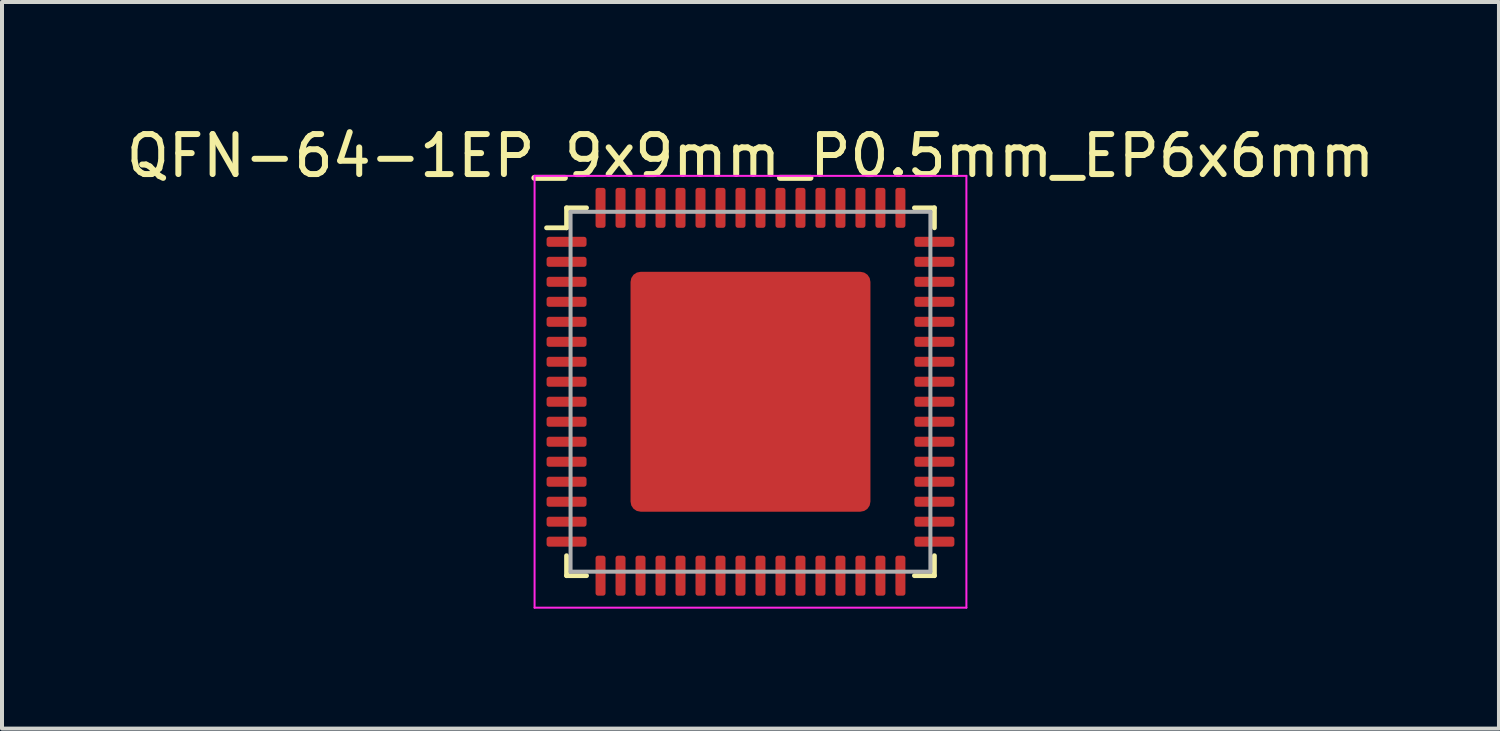
<source format=kicad_pcb>
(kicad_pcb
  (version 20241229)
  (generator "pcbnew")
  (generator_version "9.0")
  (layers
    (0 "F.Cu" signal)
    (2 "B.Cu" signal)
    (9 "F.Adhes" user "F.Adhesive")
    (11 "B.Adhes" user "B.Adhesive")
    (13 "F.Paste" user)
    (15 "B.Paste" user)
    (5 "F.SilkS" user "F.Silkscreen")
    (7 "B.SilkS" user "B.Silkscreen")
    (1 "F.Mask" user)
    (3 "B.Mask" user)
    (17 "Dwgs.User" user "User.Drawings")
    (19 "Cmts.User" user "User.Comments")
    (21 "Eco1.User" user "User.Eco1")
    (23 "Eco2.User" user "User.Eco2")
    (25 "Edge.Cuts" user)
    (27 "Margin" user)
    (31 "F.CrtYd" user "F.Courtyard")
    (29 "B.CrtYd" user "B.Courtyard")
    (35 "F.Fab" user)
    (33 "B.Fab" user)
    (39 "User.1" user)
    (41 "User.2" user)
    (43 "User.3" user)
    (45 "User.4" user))
  (footprint "QFN-64-1EP_9x9mm_P0.5mm_EP6x6mm"
    (layer "F.Cu")
    (at 15.72 6.748)
    (property "Reference" "QFN-64-1EP_9x9mm_P0.5mm_EP6x6mm" (at 0 -5.9 0) (layer "F.SilkS") (effects (font (size 1 1) (thickness 0.15))))
    (attr smd)
    (fp_line (start -5.1 -4.1) (end -4.6 -4.1) (stroke (width 0.12) (type solid)) (layer "F.SilkS"))
    (fp_line (start -4.6 -4.1) (end -4.6 -4.6) (stroke (width 0.12) (type solid)) (layer "F.SilkS"))
    (fp_line (start -4.6 4.6) (end -4.6 4.1) (stroke (width 0.12) (type solid)) (layer "F.SilkS"))
    (fp_line (start -4.1 -4.6) (end -4.6 -4.6) (stroke (width 0.12) (type solid)) (layer "F.SilkS"))
    (fp_line (start -4.1 4.6) (end -4.6 4.6) (stroke (width 0.12) (type solid)) (layer "F.SilkS"))
    (fp_line (start 4.1 -4.6) (end 4.6 -4.6) (stroke (width 0.12) (type solid)) (layer "F.SilkS"))
    (fp_line (start 4.1 4.6) (end 4.6 4.6) (stroke (width 0.12) (type solid)) (layer "F.SilkS"))
    (fp_line (start 4.6 -4.6) (end 4.6 -4.1) (stroke (width 0.12) (type solid)) (layer "F.SilkS"))
    (fp_line (start 4.6 4.6) (end 4.6 4.1) (stroke (width 0.12) (type solid)) (layer "F.SilkS"))
    (fp_line (start -5.4 -5.4) (end -5.4 5.4) (stroke (width 0.05) (type solid)) (layer "F.CrtYd"))
    (fp_line (start -5.4 5.4) (end 5.4 5.4) (stroke (width 0.05) (type solid)) (layer "F.CrtYd"))
    (fp_line (start 5.4 -5.4) (end -5.4 -5.4) (stroke (width 0.05) (type solid)) (layer "F.CrtYd"))
    (fp_line (start 5.4 5.4) (end 5.4 -5.4) (stroke (width 0.05) (type solid)) (layer "F.CrtYd"))
    (fp_line (start -4.5 -4.5) (end 4.5 -4.5) (stroke (width 0.1) (type solid)) (layer "F.Fab"))
    (fp_line (start -4.5 4.5) (end -4.5 -4.5) (stroke (width 0.1) (type solid)) (layer "F.Fab"))
    (fp_line (start 4.5 -4.5) (end 4.5 4.5) (stroke (width 0.1) (type solid)) (layer "F.Fab"))
    (fp_line (start 4.5 4.5) (end -4.5 4.5) (stroke (width 0.1) (type solid)) (layer "F.Fab"))
    (pad "" smd roundrect (at -2.5 -2.5) (size 1.01 1.01) (layers "F.Paste") (roundrect_rratio 0.248))
    (pad "" smd roundrect (at -2.5 -1.25) (size 1.01 1.01) (layers "F.Paste") (roundrect_rratio 0.248))
    (pad "" smd roundrect (at -2.5 0) (size 1.01 1.01) (layers "F.Paste") (roundrect_rratio 0.248))
    (pad "" smd roundrect (at -2.5 1.25) (size 1.01 1.01) (layers "F.Paste") (roundrect_rratio 0.248))
    (pad "" smd roundrect (at -2.5 2.5) (size 1.01 1.01) (layers "F.Paste") (roundrect_rratio 0.248))
    (pad "" smd roundrect (at -1.25 -2.5) (size 1.01 1.01) (layers "F.Paste") (roundrect_rratio 0.248))
    (pad "" smd roundrect (at -1.25 -1.25) (size 1.01 1.01) (layers "F.Paste") (roundrect_rratio 0.248))
    (pad "" smd roundrect (at -1.25 0) (size 1.01 1.01) (layers "F.Paste") (roundrect_rratio 0.248))
    (pad "" smd roundrect (at -1.25 1.25) (size 1.01 1.01) (layers "F.Paste") (roundrect_rratio 0.248))
    (pad "" smd roundrect (at -1.25 2.5) (size 1.01 1.01) (layers "F.Paste") (roundrect_rratio 0.248))
    (pad "" smd roundrect (at 0 -2.5) (size 1.01 1.01) (layers "F.Paste") (roundrect_rratio 0.248))
    (pad "" smd roundrect (at 0 -1.25) (size 1.01 1.01) (layers "F.Paste") (roundrect_rratio 0.248))
    (pad "" smd roundrect (at 0 0) (size 1.01 1.01) (layers "F.Paste") (roundrect_rratio 0.248))
    (pad "" smd roundrect (at 0 1.25) (size 1.01 1.01) (layers "F.Paste") (roundrect_rratio 0.248))
    (pad "" smd roundrect (at 0 2.5) (size 1.01 1.01) (layers "F.Paste") (roundrect_rratio 0.248))
    (pad "" smd roundrect (at 1.25 -2.5) (size 1.01 1.01) (layers "F.Paste") (roundrect_rratio 0.248))
    (pad "" smd roundrect (at 1.25 -1.25) (size 1.01 1.01) (layers "F.Paste") (roundrect_rratio 0.248))
    (pad "" smd roundrect (at 1.25 0) (size 1.01 1.01) (layers "F.Paste") (roundrect_rratio 0.248))
    (pad "" smd roundrect (at 1.25 1.25) (size 1.01 1.01) (layers "F.Paste") (roundrect_rratio 0.248))
    (pad "" smd roundrect (at 1.25 2.5) (size 1.01 1.01) (layers "F.Paste") (roundrect_rratio 0.248))
    (pad "" smd roundrect (at 2.5 -2.5) (size 1.01 1.01) (layers "F.Paste") (roundrect_rratio 0.248))
    (pad "" smd roundrect (at 2.5 -1.25) (size 1.01 1.01) (layers "F.Paste") (roundrect_rratio 0.248))
    (pad "" smd roundrect (at 2.5 0) (size 1.01 1.01) (layers "F.Paste") (roundrect_rratio 0.248))
    (pad "" smd roundrect (at 2.5 1.25) (size 1.01 1.01) (layers "F.Paste") (roundrect_rratio 0.248))
    (pad "" smd roundrect (at 2.5 2.5) (size 1.01 1.01) (layers "F.Paste") (roundrect_rratio 0.248))
    (pad "1" smd roundrect (at -4.6 -3.75) (size 1 0.25) (layers "F.Cu" "F.Mask" "F.Paste") (roundrect_rratio 0.25))
    (pad "2" smd roundrect (at -4.6 -3.25) (size 1 0.25) (layers "F.Cu" "F.Mask" "F.Paste") (roundrect_rratio 0.25))
    (pad "3" smd roundrect (at -4.6 -2.75) (size 1 0.25) (layers "F.Cu" "F.Mask" "F.Paste") (roundrect_rratio 0.25))
    (pad "4" smd roundrect (at -4.6 -2.25) (size 1 0.25) (layers "F.Cu" "F.Mask" "F.Paste") (roundrect_rratio 0.25))
    (pad "5" smd roundrect (at -4.6 -1.75) (size 1 0.25) (layers "F.Cu" "F.Mask" "F.Paste") (roundrect_rratio 0.25))
    (pad "6" smd roundrect (at -4.6 -1.25) (size 1 0.25) (layers "F.Cu" "F.Mask" "F.Paste") (roundrect_rratio 0.25))
    (pad "7" smd roundrect (at -4.6 -0.75) (size 1 0.25) (layers "F.Cu" "F.Mask" "F.Paste") (roundrect_rratio 0.25))
    (pad "8" smd roundrect (at -4.6 -0.25) (size 1 0.25) (layers "F.Cu" "F.Mask" "F.Paste") (roundrect_rratio 0.25))
    (pad "9" smd roundrect (at -4.6 0.25) (size 1 0.25) (layers "F.Cu" "F.Mask" "F.Paste") (roundrect_rratio 0.25))
    (pad "10" smd roundrect (at -4.6 0.75) (size 1 0.25) (layers "F.Cu" "F.Mask" "F.Paste") (roundrect_rratio 0.25))
    (pad "11" smd roundrect (at -4.6 1.25) (size 1 0.25) (layers "F.Cu" "F.Mask" "F.Paste") (roundrect_rratio 0.25))
    (pad "12" smd roundrect (at -4.6 1.75) (size 1 0.25) (layers "F.Cu" "F.Mask" "F.Paste") (roundrect_rratio 0.25))
    (pad "13" smd roundrect (at -4.6 2.25) (size 1 0.25) (layers "F.Cu" "F.Mask" "F.Paste") (roundrect_rratio 0.25))
    (pad "14" smd roundrect (at -4.6 2.75) (size 1 0.25) (layers "F.Cu" "F.Mask" "F.Paste") (roundrect_rratio 0.25))
    (pad "15" smd roundrect (at -4.6 3.25) (size 1 0.25) (layers "F.Cu" "F.Mask" "F.Paste") (roundrect_rratio 0.25))
    (pad "16" smd roundrect (at -4.6 3.75) (size 1 0.25) (layers "F.Cu" "F.Mask" "F.Paste") (roundrect_rratio 0.25))
    (pad "17" smd roundrect (at -3.75 4.6) (size 0.25 1) (layers "F.Cu" "F.Mask" "F.Paste") (roundrect_rratio 0.25))
    (pad "18" smd roundrect (at -3.25 4.6) (size 0.25 1) (layers "F.Cu" "F.Mask" "F.Paste") (roundrect_rratio 0.25))
    (pad "19" smd roundrect (at -2.75 4.6) (size 0.25 1) (layers "F.Cu" "F.Mask" "F.Paste") (roundrect_rratio 0.25))
    (pad "20" smd roundrect (at -2.25 4.6) (size 0.25 1) (layers "F.Cu" "F.Mask" "F.Paste") (roundrect_rratio 0.25))
    (pad "21" smd roundrect (at -1.75 4.6) (size 0.25 1) (layers "F.Cu" "F.Mask" "F.Paste") (roundrect_rratio 0.25))
    (pad "22" smd roundrect (at -1.25 4.6) (size 0.25 1) (layers "F.Cu" "F.Mask" "F.Paste") (roundrect_rratio 0.25))
    (pad "23" smd roundrect (at -0.75 4.6) (size 0.25 1) (layers "F.Cu" "F.Mask" "F.Paste") (roundrect_rratio 0.25))
    (pad "24" smd roundrect (at -0.25 4.6) (size 0.25 1) (layers "F.Cu" "F.Mask" "F.Paste") (roundrect_rratio 0.25))
    (pad "25" smd roundrect (at 0.25 4.6) (size 0.25 1) (layers "F.Cu" "F.Mask" "F.Paste") (roundrect_rratio 0.25))
    (pad "26" smd roundrect (at 0.75 4.6) (size 0.25 1) (layers "F.Cu" "F.Mask" "F.Paste") (roundrect_rratio 0.25))
    (pad "27" smd roundrect (at 1.25 4.6) (size 0.25 1) (layers "F.Cu" "F.Mask" "F.Paste") (roundrect_rratio 0.25))
    (pad "28" smd roundrect (at 1.75 4.6) (size 0.25 1) (layers "F.Cu" "F.Mask" "F.Paste") (roundrect_rratio 0.25))
    (pad "29" smd roundrect (at 2.25 4.6) (size 0.25 1) (layers "F.Cu" "F.Mask" "F.Paste") (roundrect_rratio 0.25))
    (pad "30" smd roundrect (at 2.75 4.6) (size 0.25 1) (layers "F.Cu" "F.Mask" "F.Paste") (roundrect_rratio 0.25))
    (pad "31" smd roundrect (at 3.25 4.6) (size 0.25 1) (layers "F.Cu" "F.Mask" "F.Paste") (roundrect_rratio 0.25))
    (pad "32" smd roundrect (at 3.75 4.6) (size 0.25 1) (layers "F.Cu" "F.Mask" "F.Paste") (roundrect_rratio 0.25))
    (pad "33" smd roundrect (at 4.6 3.75) (size 1 0.25) (layers "F.Cu" "F.Mask" "F.Paste") (roundrect_rratio 0.25))
    (pad "34" smd roundrect (at 4.6 3.25) (size 1 0.25) (layers "F.Cu" "F.Mask" "F.Paste") (roundrect_rratio 0.25))
    (pad "35" smd roundrect (at 4.6 2.75) (size 1 0.25) (layers "F.Cu" "F.Mask" "F.Paste") (roundrect_rratio 0.25))
    (pad "36" smd roundrect (at 4.6 2.25) (size 1 0.25) (layers "F.Cu" "F.Mask" "F.Paste") (roundrect_rratio 0.25))
    (pad "37" smd roundrect (at 4.6 1.75) (size 1 0.25) (layers "F.Cu" "F.Mask" "F.Paste") (roundrect_rratio 0.25))
    (pad "38" smd roundrect (at 4.6 1.25) (size 1 0.25) (layers "F.Cu" "F.Mask" "F.Paste") (roundrect_rratio 0.25))
    (pad "39" smd roundrect (at 4.6 0.75) (size 1 0.25) (layers "F.Cu" "F.Mask" "F.Paste") (roundrect_rratio 0.25))
    (pad "40" smd roundrect (at 4.6 0.25) (size 1 0.25) (layers "F.Cu" "F.Mask" "F.Paste") (roundrect_rratio 0.25))
    (pad "41" smd roundrect (at 4.6 -0.25) (size 1 0.25) (layers "F.Cu" "F.Mask" "F.Paste") (roundrect_rratio 0.25))
    (pad "42" smd roundrect (at 4.6 -0.75) (size 1 0.25) (layers "F.Cu" "F.Mask" "F.Paste") (roundrect_rratio 0.25))
    (pad "43" smd roundrect (at 4.6 -1.25) (size 1 0.25) (layers "F.Cu" "F.Mask" "F.Paste") (roundrect_rratio 0.25))
    (pad "44" smd roundrect (at 4.6 -1.75) (size 1 0.25) (layers "F.Cu" "F.Mask" "F.Paste") (roundrect_rratio 0.25))
    (pad "45" smd roundrect (at 4.6 -2.25) (size 1 0.25) (layers "F.Cu" "F.Mask" "F.Paste") (roundrect_rratio 0.25))
    (pad "46" smd roundrect (at 4.6 -2.75) (size 1 0.25) (layers "F.Cu" "F.Mask" "F.Paste") (roundrect_rratio 0.25))
    (pad "47" smd roundrect (at 4.6 -3.25) (size 1 0.25) (layers "F.Cu" "F.Mask" "F.Paste") (roundrect_rratio 0.25))
    (pad "48" smd roundrect (at 4.6 -3.75) (size 1 0.25) (layers "F.Cu" "F.Mask" "F.Paste") (roundrect_rratio 0.25))
    (pad "49" smd roundrect (at 3.75 -4.6) (size 0.25 1) (layers "F.Cu" "F.Mask" "F.Paste") (roundrect_rratio 0.25))
    (pad "50" smd roundrect (at 3.25 -4.6) (size 0.25 1) (layers "F.Cu" "F.Mask" "F.Paste") (roundrect_rratio 0.25))
    (pad "51" smd roundrect (at 2.75 -4.6) (size 0.25 1) (layers "F.Cu" "F.Mask" "F.Paste") (roundrect_rratio 0.25))
    (pad "52" smd roundrect (at 2.25 -4.6) (size 0.25 1) (layers "F.Cu" "F.Mask" "F.Paste") (roundrect_rratio 0.25))
    (pad "53" smd roundrect (at 1.75 -4.6) (size 0.25 1) (layers "F.Cu" "F.Mask" "F.Paste") (roundrect_rratio 0.25))
    (pad "54" smd roundrect (at 1.25 -4.6) (size 0.25 1) (layers "F.Cu" "F.Mask" "F.Paste") (roundrect_rratio 0.25))
    (pad "55" smd roundrect (at 0.75 -4.6) (size 0.25 1) (layers "F.Cu" "F.Mask" "F.Paste") (roundrect_rratio 0.25))
    (pad "56" smd roundrect (at 0.25 -4.6) (size 0.25 1) (layers "F.Cu" "F.Mask" "F.Paste") (roundrect_rratio 0.25))
    (pad "57" smd roundrect (at -0.25 -4.6) (size 0.25 1) (layers "F.Cu" "F.Mask" "F.Paste") (roundrect_rratio 0.25))
    (pad "58" smd roundrect (at -0.75 -4.6) (size 0.25 1) (layers "F.Cu" "F.Mask" "F.Paste") (roundrect_rratio 0.25))
    (pad "59" smd roundrect (at -1.25 -4.6) (size 0.25 1) (layers "F.Cu" "F.Mask" "F.Paste") (roundrect_rratio 0.25))
    (pad "60" smd roundrect (at -1.75 -4.6) (size 0.25 1) (layers "F.Cu" "F.Mask" "F.Paste") (roundrect_rratio 0.25))
    (pad "61" smd roundrect (at -2.25 -4.6) (size 0.25 1) (layers "F.Cu" "F.Mask" "F.Paste") (roundrect_rratio 0.25))
    (pad "62" smd roundrect (at -2.75 -4.6) (size 0.25 1) (layers "F.Cu" "F.Mask" "F.Paste") (roundrect_rratio 0.25))
    (pad "63" smd roundrect (at -3.25 -4.6) (size 0.25 1) (layers "F.Cu" "F.Mask" "F.Paste") (roundrect_rratio 0.25))
    (pad "64" smd roundrect (at -3.75 -4.6) (size 0.25 1) (layers "F.Cu" "F.Mask" "F.Paste") (roundrect_rratio 0.25))
    (pad "65" smd roundrect (at 0 0) (size 6 6) (layers "F.Cu" "F.Mask") (roundrect_rratio 0.042)))
  (gr_rect
    (start -3 -3)
    (end 34.44 15.173)
    (stroke (width 0.1) (type default))
    (fill no)
    (layer "Edge.Cuts")))
</source>
